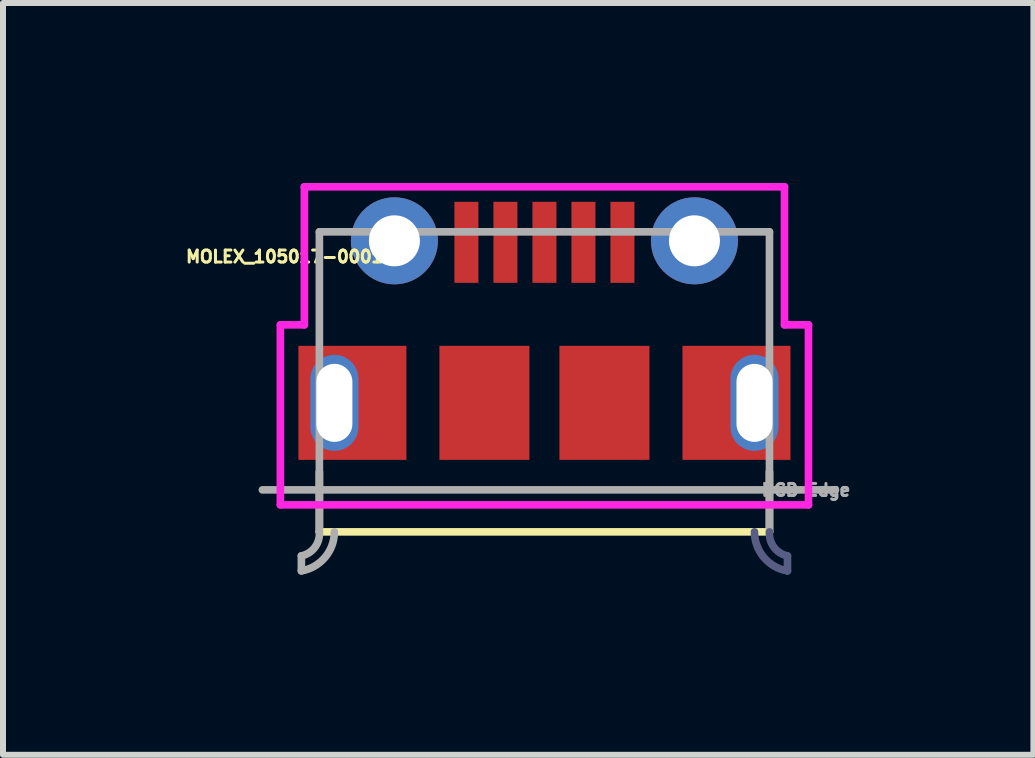
<source format=kicad_pcb>
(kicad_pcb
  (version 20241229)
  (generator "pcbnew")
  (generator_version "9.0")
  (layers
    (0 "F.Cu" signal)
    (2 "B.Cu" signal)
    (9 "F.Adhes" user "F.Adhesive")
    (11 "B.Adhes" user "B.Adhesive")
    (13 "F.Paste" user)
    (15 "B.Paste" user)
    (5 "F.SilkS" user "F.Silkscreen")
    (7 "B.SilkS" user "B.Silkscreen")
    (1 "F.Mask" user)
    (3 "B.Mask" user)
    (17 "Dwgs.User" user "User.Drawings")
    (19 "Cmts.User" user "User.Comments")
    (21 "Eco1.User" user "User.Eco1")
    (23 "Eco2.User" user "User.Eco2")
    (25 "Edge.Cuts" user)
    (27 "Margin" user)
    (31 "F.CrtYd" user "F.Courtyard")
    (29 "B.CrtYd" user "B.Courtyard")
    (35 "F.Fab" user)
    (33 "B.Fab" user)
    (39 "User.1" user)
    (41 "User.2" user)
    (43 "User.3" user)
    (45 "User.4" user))
  (footprint "MOLEX_105017-0001"
    (layer "F.Cu")
    (at 6.022 3.663)
    (property "Reference" "MOLEX_105017-0001" (at -4.329 -2.436 180) (layer "F.SilkS") (effects (font (size 0.2 0.2) (thickness 0.15))))
    (attr smd)
    (fp_line (start -3.75 1.15) (end -3.75 2.15) (stroke (width 0.127) (type solid)) (layer "F.SilkS"))
    (fp_line (start -3.75 2.15) (end 3.75 2.15) (stroke (width 0.127) (type solid)) (layer "F.SilkS"))
    (fp_line (start 3.75 1.15) (end 3.75 2.15) (stroke (width 0.127) (type solid)) (layer "F.SilkS"))
    (fp_line (start -4.4 -1.3) (end -4.4 1.7) (stroke (width 0.127) (type solid)) (layer "F.CrtYd"))
    (fp_line (start -4.4 1.7) (end 4.4 1.7) (stroke (width 0.127) (type solid)) (layer "F.CrtYd"))
    (fp_line (start -4 -3.6) (end -4 -1.3) (stroke (width 0.127) (type solid)) (layer "F.CrtYd"))
    (fp_line (start -4 -1.3) (end -4.4 -1.3) (stroke (width 0.127) (type solid)) (layer "F.CrtYd"))
    (fp_line (start 4 -3.6) (end -4 -3.6) (stroke (width 0.127) (type solid)) (layer "F.CrtYd"))
    (fp_line (start 4 -1.3) (end 4 -3.6) (stroke (width 0.127) (type solid)) (layer "F.CrtYd"))
    (fp_line (start 4.4 -1.3) (end 4 -1.3) (stroke (width 0.127) (type solid)) (layer "F.CrtYd"))
    (fp_line (start 4.4 1.7) (end 4.4 -1.3) (stroke (width 0.127) (type solid)) (layer "F.CrtYd"))
    (fp_line (start 4.05 2.55) (end 4.05 2.8) (stroke (width 0.127) (type solid)) (layer "B.Fab"))
    (fp_arc (start 4.05 2.55) (mid 3.824721 2.406459) (end 3.75 2.15) (stroke (width 0.127) (type solid)) (layer "B.Fab"))
    (fp_arc (start 4.05 2.8) (mid 3.65671 2.575092) (end 3.5 2.15) (stroke (width 0.127) (type solid)) (layer "B.Fab"))
    (fp_line (start -4.7 1.45) (end 4.85 1.45) (stroke (width 0.127) (type solid)) (layer "F.Fab"))
    (fp_line (start -4.05 2.55) (end -4.05 2.8) (stroke (width 0.127) (type solid)) (layer "F.Fab"))
    (fp_line (start -3.75 -2.85) (end -3.75 2.15) (stroke (width 0.127) (type solid)) (layer "F.Fab"))
    (fp_line (start 3.75 -2.85) (end -3.75 -2.85) (stroke (width 0.127) (type solid)) (layer "F.Fab"))
    (fp_line (start 3.75 2.15) (end 3.75 -2.85) (stroke (width 0.127) (type solid)) (layer "F.Fab"))
    (fp_arc (start -3.75 2.15) (mid -3.824721 2.406459) (end -4.05 2.55) (stroke (width 0.127) (type solid)) (layer "F.Fab"))
    (fp_arc (start -3.5 2.15) (mid -3.65671 2.575092) (end -4.05 2.8) (stroke (width 0.127) (type solid)) (layer "F.Fab"))
    (fp_text user "PCB Edge" (at 4.358 1.453 0) (layer "F.Fab") (effects (font (size 0.2 0.2) (thickness 0.15))))
    (pad "1" smd rect (at -1.3 -2.675) (size 0.4 1.35) (layers "F.Cu" "F.Mask" "F.Paste"))
    (pad "2" smd rect (at -0.65 -2.675) (size 0.4 1.35) (layers "F.Cu" "F.Mask" "F.Paste"))
    (pad "3" smd rect (at 0 -2.675) (size 0.4 1.35) (layers "F.Cu" "F.Mask" "F.Paste"))
    (pad "4" smd rect (at 0.65 -2.675) (size 0.4 1.35) (layers "F.Cu" "F.Mask" "F.Paste"))
    (pad "5" smd rect (at 1.3 -2.675) (size 0.4 1.35) (layers "F.Cu" "F.Mask" "F.Paste"))
    (pad "P$1" thru_hole circle (at -2.5 -2.7) (size 1.45 1.45) (drill 0.85) (layers "*.Cu" "*.Mask"))
    (pad "P$2" thru_hole circle (at 2.5 -2.7) (size 1.45 1.45) (drill 0.85) (layers "*.Cu" "*.Mask"))
    (pad "P$8" smd rect (at -1 0) (size 1.5 1.9) (layers "F.Cu" "F.Mask" "F.Paste"))
    (pad "P$9" smd rect (at 1 0) (size 1.5 1.9) (layers "F.Cu" "F.Mask" "F.Paste"))
    (pad "P$10" smd rect (at -3.2 0) (size 1.8 1.9) (layers "F.Cu" "F.Mask" "F.Paste"))
    (pad "P$11" smd rect (at 3.2 0) (size 1.8 1.9) (layers "F.Cu" "F.Mask" "F.Paste"))
    (pad "P$12" thru_hole oval (at -3.5 0) (size 0.8 1.6) (drill oval 0.6 1.3) (layers "*.Cu" "*.Mask"))
    (pad "P$13" thru_hole oval (at 3.5 0) (size 0.8 1.6) (drill oval 0.6 1.3) (layers "*.Cu" "*.Mask")))
  (gr_rect
    (start -3 -3)
    (end 14.17 9.527)
    (stroke (width 0.1) (type default))
    (fill no)
    (layer "Edge.Cuts")))
</source>
